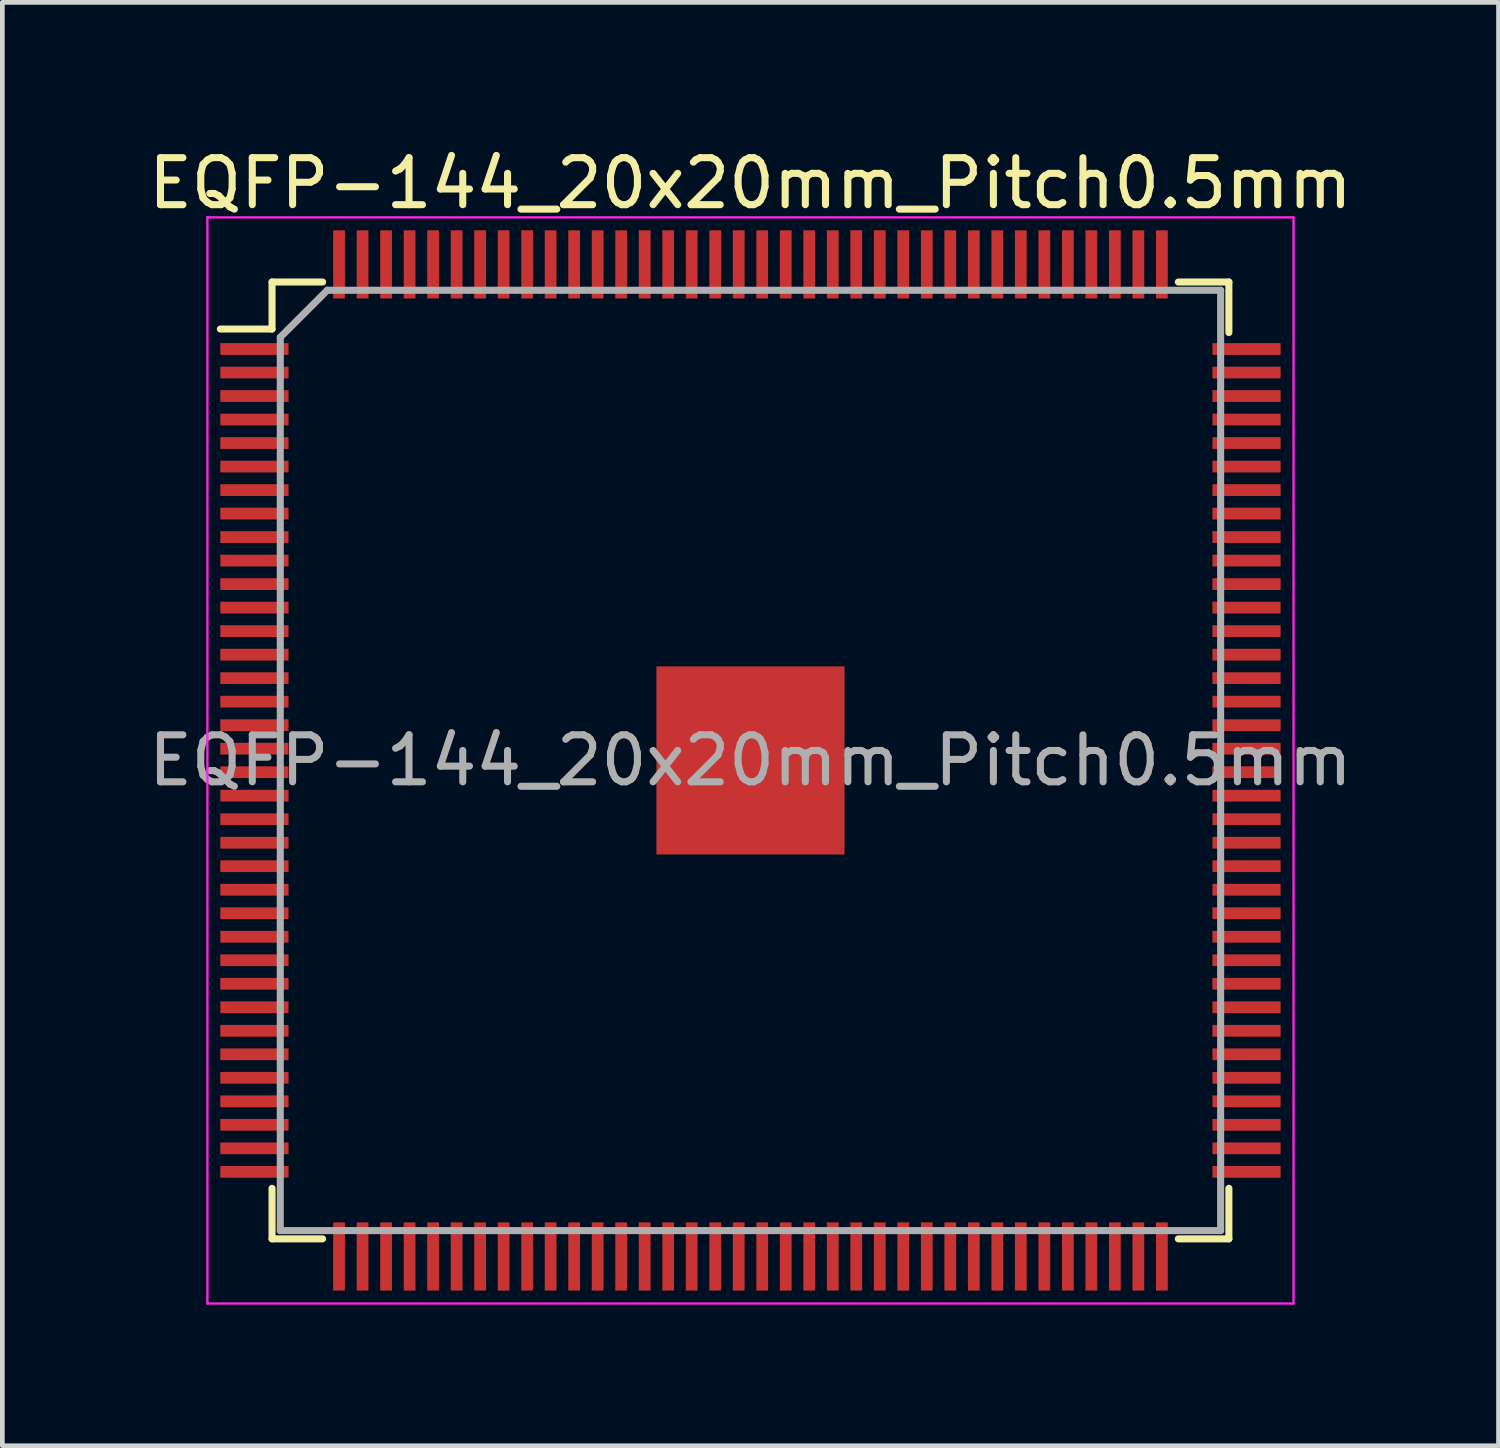
<source format=kicad_pcb>
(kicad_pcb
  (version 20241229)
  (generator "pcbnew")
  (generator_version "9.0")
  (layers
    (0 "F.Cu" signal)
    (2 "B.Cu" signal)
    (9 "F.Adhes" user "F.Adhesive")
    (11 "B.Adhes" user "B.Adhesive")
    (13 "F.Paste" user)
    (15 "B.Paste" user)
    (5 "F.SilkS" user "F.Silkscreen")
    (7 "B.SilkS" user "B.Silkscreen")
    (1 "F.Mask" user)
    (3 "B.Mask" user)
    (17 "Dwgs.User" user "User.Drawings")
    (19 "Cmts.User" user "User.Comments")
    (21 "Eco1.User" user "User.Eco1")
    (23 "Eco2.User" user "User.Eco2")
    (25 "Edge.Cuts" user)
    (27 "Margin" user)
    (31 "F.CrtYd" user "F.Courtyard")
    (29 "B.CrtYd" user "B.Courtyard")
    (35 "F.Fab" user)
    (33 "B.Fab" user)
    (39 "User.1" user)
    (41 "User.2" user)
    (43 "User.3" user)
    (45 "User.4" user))
  (footprint "EQFP-144_20x20mm_Pitch0.5mm"
    (layer "F.Cu")
    (at 12.911 13.123)
    (property "Reference" "EQFP-144_20x20mm_Pitch0.5mm" (at 0 -12.275 0) (layer "F.SilkS") (effects (font (size 1 1) (thickness 0.15))))
    (attr smd)
    (fp_line (start -10.175 -10.175) (end -10.175 -9.175) (stroke (width 0.15) (type solid)) (layer "F.SilkS"))
    (fp_line (start -10.175 -10.175) (end -9.1 -10.175) (stroke (width 0.15) (type solid)) (layer "F.SilkS"))
    (fp_line (start -10.175 -9.175) (end -11.275 -9.175) (stroke (width 0.15) (type solid)) (layer "F.SilkS"))
    (fp_line (start -10.175 10.175) (end -10.175 9.1) (stroke (width 0.15) (type solid)) (layer "F.SilkS"))
    (fp_line (start -10.175 10.175) (end -9.1 10.175) (stroke (width 0.15) (type solid)) (layer "F.SilkS"))
    (fp_line (start 10.175 -10.175) (end 9.1 -10.175) (stroke (width 0.15) (type solid)) (layer "F.SilkS"))
    (fp_line (start 10.175 -10.175) (end 10.175 -9.1) (stroke (width 0.15) (type solid)) (layer "F.SilkS"))
    (fp_line (start 10.175 10.175) (end 9.1 10.175) (stroke (width 0.15) (type solid)) (layer "F.SilkS"))
    (fp_line (start 10.175 10.175) (end 10.175 9.1) (stroke (width 0.15) (type solid)) (layer "F.SilkS"))
    (fp_line (start -11.55 -11.55) (end -11.55 11.55) (stroke (width 0.05) (type solid)) (layer "F.CrtYd"))
    (fp_line (start -11.55 -11.55) (end 11.55 -11.55) (stroke (width 0.05) (type solid)) (layer "F.CrtYd"))
    (fp_line (start -11.55 11.55) (end 11.55 11.55) (stroke (width 0.05) (type solid)) (layer "F.CrtYd"))
    (fp_line (start 11.55 -11.55) (end 11.55 11.55) (stroke (width 0.05) (type solid)) (layer "F.CrtYd"))
    (fp_line (start -10 -9) (end -9 -10) (stroke (width 0.15) (type solid)) (layer "F.Fab"))
    (fp_line (start -10 10) (end -10 -9) (stroke (width 0.15) (type solid)) (layer "F.Fab"))
    (fp_line (start -9 -10) (end 10 -10) (stroke (width 0.15) (type solid)) (layer "F.Fab"))
    (fp_line (start 10 -10) (end 10 10) (stroke (width 0.15) (type solid)) (layer "F.Fab"))
    (fp_line (start 10 10) (end -10 10) (stroke (width 0.15) (type solid)) (layer "F.Fab"))
    (fp_text user "${REFERENCE}" (at 0 0 0) (layer "F.Fab") (effects (font (size 1 1) (thickness 0.15))))
    (pad "1" smd rect (at -10.55 -8.75) (size 1.45 0.25) (layers "F.Cu" "F.Mask" "F.Paste"))
    (pad "2" smd rect (at -10.55 -8.25) (size 1.45 0.25) (layers "F.Cu" "F.Mask" "F.Paste"))
    (pad "3" smd rect (at -10.55 -7.75) (size 1.45 0.25) (layers "F.Cu" "F.Mask" "F.Paste"))
    (pad "4" smd rect (at -10.55 -7.25) (size 1.45 0.25) (layers "F.Cu" "F.Mask" "F.Paste"))
    (pad "5" smd rect (at -10.55 -6.75) (size 1.45 0.25) (layers "F.Cu" "F.Mask" "F.Paste"))
    (pad "6" smd rect (at -10.55 -6.25) (size 1.45 0.25) (layers "F.Cu" "F.Mask" "F.Paste"))
    (pad "7" smd rect (at -10.55 -5.75) (size 1.45 0.25) (layers "F.Cu" "F.Mask" "F.Paste"))
    (pad "8" smd rect (at -10.55 -5.25) (size 1.45 0.25) (layers "F.Cu" "F.Mask" "F.Paste"))
    (pad "9" smd rect (at -10.55 -4.75) (size 1.45 0.25) (layers "F.Cu" "F.Mask" "F.Paste"))
    (pad "10" smd rect (at -10.55 -4.25) (size 1.45 0.25) (layers "F.Cu" "F.Mask" "F.Paste"))
    (pad "11" smd rect (at -10.55 -3.75) (size 1.45 0.25) (layers "F.Cu" "F.Mask" "F.Paste"))
    (pad "12" smd rect (at -10.55 -3.25) (size 1.45 0.25) (layers "F.Cu" "F.Mask" "F.Paste"))
    (pad "13" smd rect (at -10.55 -2.75) (size 1.45 0.25) (layers "F.Cu" "F.Mask" "F.Paste"))
    (pad "14" smd rect (at -10.55 -2.25) (size 1.45 0.25) (layers "F.Cu" "F.Mask" "F.Paste"))
    (pad "15" smd rect (at -10.55 -1.75) (size 1.45 0.25) (layers "F.Cu" "F.Mask" "F.Paste"))
    (pad "16" smd rect (at -10.55 -1.25) (size 1.45 0.25) (layers "F.Cu" "F.Mask" "F.Paste"))
    (pad "17" smd rect (at -10.55 -0.75) (size 1.45 0.25) (layers "F.Cu" "F.Mask" "F.Paste"))
    (pad "18" smd rect (at -10.55 -0.25) (size 1.45 0.25) (layers "F.Cu" "F.Mask" "F.Paste"))
    (pad "19" smd rect (at -10.55 0.25) (size 1.45 0.25) (layers "F.Cu" "F.Mask" "F.Paste"))
    (pad "20" smd rect (at -10.55 0.75) (size 1.45 0.25) (layers "F.Cu" "F.Mask" "F.Paste"))
    (pad "21" smd rect (at -10.55 1.25) (size 1.45 0.25) (layers "F.Cu" "F.Mask" "F.Paste"))
    (pad "22" smd rect (at -10.55 1.75) (size 1.45 0.25) (layers "F.Cu" "F.Mask" "F.Paste"))
    (pad "23" smd rect (at -10.55 2.25) (size 1.45 0.25) (layers "F.Cu" "F.Mask" "F.Paste"))
    (pad "24" smd rect (at -10.55 2.75) (size 1.45 0.25) (layers "F.Cu" "F.Mask" "F.Paste"))
    (pad "25" smd rect (at -10.55 3.25) (size 1.45 0.25) (layers "F.Cu" "F.Mask" "F.Paste"))
    (pad "26" smd rect (at -10.55 3.75) (size 1.45 0.25) (layers "F.Cu" "F.Mask" "F.Paste"))
    (pad "27" smd rect (at -10.55 4.25) (size 1.45 0.25) (layers "F.Cu" "F.Mask" "F.Paste"))
    (pad "28" smd rect (at -10.55 4.75) (size 1.45 0.25) (layers "F.Cu" "F.Mask" "F.Paste"))
    (pad "29" smd rect (at -10.55 5.25) (size 1.45 0.25) (layers "F.Cu" "F.Mask" "F.Paste"))
    (pad "30" smd rect (at -10.55 5.75) (size 1.45 0.25) (layers "F.Cu" "F.Mask" "F.Paste"))
    (pad "31" smd rect (at -10.55 6.25) (size 1.45 0.25) (layers "F.Cu" "F.Mask" "F.Paste"))
    (pad "32" smd rect (at -10.55 6.75) (size 1.45 0.25) (layers "F.Cu" "F.Mask" "F.Paste"))
    (pad "33" smd rect (at -10.55 7.25) (size 1.45 0.25) (layers "F.Cu" "F.Mask" "F.Paste"))
    (pad "34" smd rect (at -10.55 7.75) (size 1.45 0.25) (layers "F.Cu" "F.Mask" "F.Paste"))
    (pad "35" smd rect (at -10.55 8.25) (size 1.45 0.25) (layers "F.Cu" "F.Mask" "F.Paste"))
    (pad "36" smd rect (at -10.55 8.75) (size 1.45 0.25) (layers "F.Cu" "F.Mask" "F.Paste"))
    (pad "37" smd rect (at -8.75 10.55 90) (size 1.45 0.25) (layers "F.Cu" "F.Mask" "F.Paste"))
    (pad "38" smd rect (at -8.25 10.55 90) (size 1.45 0.25) (layers "F.Cu" "F.Mask" "F.Paste"))
    (pad "39" smd rect (at -7.75 10.55 90) (size 1.45 0.25) (layers "F.Cu" "F.Mask" "F.Paste"))
    (pad "40" smd rect (at -7.25 10.55 90) (size 1.45 0.25) (layers "F.Cu" "F.Mask" "F.Paste"))
    (pad "41" smd rect (at -6.75 10.55 90) (size 1.45 0.25) (layers "F.Cu" "F.Mask" "F.Paste"))
    (pad "42" smd rect (at -6.25 10.55 90) (size 1.45 0.25) (layers "F.Cu" "F.Mask" "F.Paste"))
    (pad "43" smd rect (at -5.75 10.55 90) (size 1.45 0.25) (layers "F.Cu" "F.Mask" "F.Paste"))
    (pad "44" smd rect (at -5.25 10.55 90) (size 1.45 0.25) (layers "F.Cu" "F.Mask" "F.Paste"))
    (pad "45" smd rect (at -4.75 10.55 90) (size 1.45 0.25) (layers "F.Cu" "F.Mask" "F.Paste"))
    (pad "46" smd rect (at -4.25 10.55 90) (size 1.45 0.25) (layers "F.Cu" "F.Mask" "F.Paste"))
    (pad "47" smd rect (at -3.75 10.55 90) (size 1.45 0.25) (layers "F.Cu" "F.Mask" "F.Paste"))
    (pad "48" smd rect (at -3.25 10.55 90) (size 1.45 0.25) (layers "F.Cu" "F.Mask" "F.Paste"))
    (pad "49" smd rect (at -2.75 10.55 90) (size 1.45 0.25) (layers "F.Cu" "F.Mask" "F.Paste"))
    (pad "50" smd rect (at -2.25 10.55 90) (size 1.45 0.25) (layers "F.Cu" "F.Mask" "F.Paste"))
    (pad "51" smd rect (at -1.75 10.55 90) (size 1.45 0.25) (layers "F.Cu" "F.Mask" "F.Paste"))
    (pad "52" smd rect (at -1.25 10.55 90) (size 1.45 0.25) (layers "F.Cu" "F.Mask" "F.Paste"))
    (pad "53" smd rect (at -0.75 10.55 90) (size 1.45 0.25) (layers "F.Cu" "F.Mask" "F.Paste"))
    (pad "54" smd rect (at -0.25 10.55 90) (size 1.45 0.25) (layers "F.Cu" "F.Mask" "F.Paste"))
    (pad "55" smd rect (at 0.25 10.55 90) (size 1.45 0.25) (layers "F.Cu" "F.Mask" "F.Paste"))
    (pad "56" smd rect (at 0.75 10.55 90) (size 1.45 0.25) (layers "F.Cu" "F.Mask" "F.Paste"))
    (pad "57" smd rect (at 1.25 10.55 90) (size 1.45 0.25) (layers "F.Cu" "F.Mask" "F.Paste"))
    (pad "58" smd rect (at 1.75 10.55 90) (size 1.45 0.25) (layers "F.Cu" "F.Mask" "F.Paste"))
    (pad "59" smd rect (at 2.25 10.55 90) (size 1.45 0.25) (layers "F.Cu" "F.Mask" "F.Paste"))
    (pad "60" smd rect (at 2.75 10.55 90) (size 1.45 0.25) (layers "F.Cu" "F.Mask" "F.Paste"))
    (pad "61" smd rect (at 3.25 10.55 90) (size 1.45 0.25) (layers "F.Cu" "F.Mask" "F.Paste"))
    (pad "62" smd rect (at 3.75 10.55 90) (size 1.45 0.25) (layers "F.Cu" "F.Mask" "F.Paste"))
    (pad "63" smd rect (at 4.25 10.55 90) (size 1.45 0.25) (layers "F.Cu" "F.Mask" "F.Paste"))
    (pad "64" smd rect (at 4.75 10.55 90) (size 1.45 0.25) (layers "F.Cu" "F.Mask" "F.Paste"))
    (pad "65" smd rect (at 5.25 10.55 90) (size 1.45 0.25) (layers "F.Cu" "F.Mask" "F.Paste"))
    (pad "66" smd rect (at 5.75 10.55 90) (size 1.45 0.25) (layers "F.Cu" "F.Mask" "F.Paste"))
    (pad "67" smd rect (at 6.25 10.55 90) (size 1.45 0.25) (layers "F.Cu" "F.Mask" "F.Paste"))
    (pad "68" smd rect (at 6.75 10.55 90) (size 1.45 0.25) (layers "F.Cu" "F.Mask" "F.Paste"))
    (pad "69" smd rect (at 7.25 10.55 90) (size 1.45 0.25) (layers "F.Cu" "F.Mask" "F.Paste"))
    (pad "70" smd rect (at 7.75 10.55 90) (size 1.45 0.25) (layers "F.Cu" "F.Mask" "F.Paste"))
    (pad "71" smd rect (at 8.25 10.55 90) (size 1.45 0.25) (layers "F.Cu" "F.Mask" "F.Paste"))
    (pad "72" smd rect (at 8.75 10.55 90) (size 1.45 0.25) (layers "F.Cu" "F.Mask" "F.Paste"))
    (pad "73" smd rect (at 10.55 8.75) (size 1.45 0.25) (layers "F.Cu" "F.Mask" "F.Paste"))
    (pad "74" smd rect (at 10.55 8.25) (size 1.45 0.25) (layers "F.Cu" "F.Mask" "F.Paste"))
    (pad "75" smd rect (at 10.55 7.75) (size 1.45 0.25) (layers "F.Cu" "F.Mask" "F.Paste"))
    (pad "76" smd rect (at 10.55 7.25) (size 1.45 0.25) (layers "F.Cu" "F.Mask" "F.Paste"))
    (pad "77" smd rect (at 10.55 6.75) (size 1.45 0.25) (layers "F.Cu" "F.Mask" "F.Paste"))
    (pad "78" smd rect (at 10.55 6.25) (size 1.45 0.25) (layers "F.Cu" "F.Mask" "F.Paste"))
    (pad "79" smd rect (at 10.55 5.75) (size 1.45 0.25) (layers "F.Cu" "F.Mask" "F.Paste"))
    (pad "80" smd rect (at 10.55 5.25) (size 1.45 0.25) (layers "F.Cu" "F.Mask" "F.Paste"))
    (pad "81" smd rect (at 10.55 4.75) (size 1.45 0.25) (layers "F.Cu" "F.Mask" "F.Paste"))
    (pad "82" smd rect (at 10.55 4.25) (size 1.45 0.25) (layers "F.Cu" "F.Mask" "F.Paste"))
    (pad "83" smd rect (at 10.55 3.75) (size 1.45 0.25) (layers "F.Cu" "F.Mask" "F.Paste"))
    (pad "84" smd rect (at 10.55 3.25) (size 1.45 0.25) (layers "F.Cu" "F.Mask" "F.Paste"))
    (pad "85" smd rect (at 10.55 2.75) (size 1.45 0.25) (layers "F.Cu" "F.Mask" "F.Paste"))
    (pad "86" smd rect (at 10.55 2.25) (size 1.45 0.25) (layers "F.Cu" "F.Mask" "F.Paste"))
    (pad "87" smd rect (at 10.55 1.75) (size 1.45 0.25) (layers "F.Cu" "F.Mask" "F.Paste"))
    (pad "88" smd rect (at 10.55 1.25) (size 1.45 0.25) (layers "F.Cu" "F.Mask" "F.Paste"))
    (pad "89" smd rect (at 10.55 0.75) (size 1.45 0.25) (layers "F.Cu" "F.Mask" "F.Paste"))
    (pad "90" smd rect (at 10.55 0.25) (size 1.45 0.25) (layers "F.Cu" "F.Mask" "F.Paste"))
    (pad "91" smd rect (at 10.55 -0.25) (size 1.45 0.25) (layers "F.Cu" "F.Mask" "F.Paste"))
    (pad "92" smd rect (at 10.55 -0.75) (size 1.45 0.25) (layers "F.Cu" "F.Mask" "F.Paste"))
    (pad "93" smd rect (at 10.55 -1.25) (size 1.45 0.25) (layers "F.Cu" "F.Mask" "F.Paste"))
    (pad "94" smd rect (at 10.55 -1.75) (size 1.45 0.25) (layers "F.Cu" "F.Mask" "F.Paste"))
    (pad "95" smd rect (at 10.55 -2.25) (size 1.45 0.25) (layers "F.Cu" "F.Mask" "F.Paste"))
    (pad "96" smd rect (at 10.55 -2.75) (size 1.45 0.25) (layers "F.Cu" "F.Mask" "F.Paste"))
    (pad "97" smd rect (at 10.55 -3.25) (size 1.45 0.25) (layers "F.Cu" "F.Mask" "F.Paste"))
    (pad "98" smd rect (at 10.55 -3.75) (size 1.45 0.25) (layers "F.Cu" "F.Mask" "F.Paste"))
    (pad "99" smd rect (at 10.55 -4.25) (size 1.45 0.25) (layers "F.Cu" "F.Mask" "F.Paste"))
    (pad "100" smd rect (at 10.55 -4.75) (size 1.45 0.25) (layers "F.Cu" "F.Mask" "F.Paste"))
    (pad "101" smd rect (at 10.55 -5.25) (size 1.45 0.25) (layers "F.Cu" "F.Mask" "F.Paste"))
    (pad "102" smd rect (at 10.55 -5.75) (size 1.45 0.25) (layers "F.Cu" "F.Mask" "F.Paste"))
    (pad "103" smd rect (at 10.55 -6.25) (size 1.45 0.25) (layers "F.Cu" "F.Mask" "F.Paste"))
    (pad "104" smd rect (at 10.55 -6.75) (size 1.45 0.25) (layers "F.Cu" "F.Mask" "F.Paste"))
    (pad "105" smd rect (at 10.55 -7.25) (size 1.45 0.25) (layers "F.Cu" "F.Mask" "F.Paste"))
    (pad "106" smd rect (at 10.55 -7.75) (size 1.45 0.25) (layers "F.Cu" "F.Mask" "F.Paste"))
    (pad "107" smd rect (at 10.55 -8.25) (size 1.45 0.25) (layers "F.Cu" "F.Mask" "F.Paste"))
    (pad "108" smd rect (at 10.55 -8.75) (size 1.45 0.25) (layers "F.Cu" "F.Mask" "F.Paste"))
    (pad "109" smd rect (at 8.75 -10.55 90) (size 1.45 0.25) (layers "F.Cu" "F.Mask" "F.Paste"))
    (pad "110" smd rect (at 8.25 -10.55 90) (size 1.45 0.25) (layers "F.Cu" "F.Mask" "F.Paste"))
    (pad "111" smd rect (at 7.75 -10.55 90) (size 1.45 0.25) (layers "F.Cu" "F.Mask" "F.Paste"))
    (pad "112" smd rect (at 7.25 -10.55 90) (size 1.45 0.25) (layers "F.Cu" "F.Mask" "F.Paste"))
    (pad "113" smd rect (at 6.75 -10.55 90) (size 1.45 0.25) (layers "F.Cu" "F.Mask" "F.Paste"))
    (pad "114" smd rect (at 6.25 -10.55 90) (size 1.45 0.25) (layers "F.Cu" "F.Mask" "F.Paste"))
    (pad "115" smd rect (at 5.75 -10.55 90) (size 1.45 0.25) (layers "F.Cu" "F.Mask" "F.Paste"))
    (pad "116" smd rect (at 5.25 -10.55 90) (size 1.45 0.25) (layers "F.Cu" "F.Mask" "F.Paste"))
    (pad "117" smd rect (at 4.75 -10.55 90) (size 1.45 0.25) (layers "F.Cu" "F.Mask" "F.Paste"))
    (pad "118" smd rect (at 4.25 -10.55 90) (size 1.45 0.25) (layers "F.Cu" "F.Mask" "F.Paste"))
    (pad "119" smd rect (at 3.75 -10.55 90) (size 1.45 0.25) (layers "F.Cu" "F.Mask" "F.Paste"))
    (pad "120" smd rect (at 3.25 -10.55 90) (size 1.45 0.25) (layers "F.Cu" "F.Mask" "F.Paste"))
    (pad "121" smd rect (at 2.75 -10.55 90) (size 1.45 0.25) (layers "F.Cu" "F.Mask" "F.Paste"))
    (pad "122" smd rect (at 2.25 -10.55 90) (size 1.45 0.25) (layers "F.Cu" "F.Mask" "F.Paste"))
    (pad "123" smd rect (at 1.75 -10.55 90) (size 1.45 0.25) (layers "F.Cu" "F.Mask" "F.Paste"))
    (pad "124" smd rect (at 1.25 -10.55 90) (size 1.45 0.25) (layers "F.Cu" "F.Mask" "F.Paste"))
    (pad "125" smd rect (at 0.75 -10.55 90) (size 1.45 0.25) (layers "F.Cu" "F.Mask" "F.Paste"))
    (pad "126" smd rect (at 0.25 -10.55 90) (size 1.45 0.25) (layers "F.Cu" "F.Mask" "F.Paste"))
    (pad "127" smd rect (at -0.25 -10.55 90) (size 1.45 0.25) (layers "F.Cu" "F.Mask" "F.Paste"))
    (pad "128" smd rect (at -0.75 -10.55 90) (size 1.45 0.25) (layers "F.Cu" "F.Mask" "F.Paste"))
    (pad "129" smd rect (at -1.25 -10.55 90) (size 1.45 0.25) (layers "F.Cu" "F.Mask" "F.Paste"))
    (pad "130" smd rect (at -1.75 -10.55 90) (size 1.45 0.25) (layers "F.Cu" "F.Mask" "F.Paste"))
    (pad "131" smd rect (at -2.25 -10.55 90) (size 1.45 0.25) (layers "F.Cu" "F.Mask" "F.Paste"))
    (pad "132" smd rect (at -2.75 -10.55 90) (size 1.45 0.25) (layers "F.Cu" "F.Mask" "F.Paste"))
    (pad "133" smd rect (at -3.25 -10.55 90) (size 1.45 0.25) (layers "F.Cu" "F.Mask" "F.Paste"))
    (pad "134" smd rect (at -3.75 -10.55 90) (size 1.45 0.25) (layers "F.Cu" "F.Mask" "F.Paste"))
    (pad "135" smd rect (at -4.25 -10.55 90) (size 1.45 0.25) (layers "F.Cu" "F.Mask" "F.Paste"))
    (pad "136" smd rect (at -4.75 -10.55 90) (size 1.45 0.25) (layers "F.Cu" "F.Mask" "F.Paste"))
    (pad "137" smd rect (at -5.25 -10.55 90) (size 1.45 0.25) (layers "F.Cu" "F.Mask" "F.Paste"))
    (pad "138" smd rect (at -5.75 -10.55 90) (size 1.45 0.25) (layers "F.Cu" "F.Mask" "F.Paste"))
    (pad "139" smd rect (at -6.25 -10.55 90) (size 1.45 0.25) (layers "F.Cu" "F.Mask" "F.Paste"))
    (pad "140" smd rect (at -6.75 -10.55 90) (size 1.45 0.25) (layers "F.Cu" "F.Mask" "F.Paste"))
    (pad "141" smd rect (at -7.25 -10.55 90) (size 1.45 0.25) (layers "F.Cu" "F.Mask" "F.Paste"))
    (pad "142" smd rect (at -7.75 -10.55 90) (size 1.45 0.25) (layers "F.Cu" "F.Mask" "F.Paste"))
    (pad "143" smd rect (at -8.25 -10.55 90) (size 1.45 0.25) (layers "F.Cu" "F.Mask" "F.Paste"))
    (pad "144" smd rect (at -8.75 -10.55 90) (size 1.45 0.25) (layers "F.Cu" "F.Mask" "F.Paste"))
    (pad "EP" smd rect (at 0 0) (size 4 4) (layers "F.Cu" "F.Mask" "F.Paste")))
  (gr_rect
    (start -3 -3)
    (end 28.821 27.698)
    (stroke (width 0.1) (type default))
    (fill no)
    (layer "Edge.Cuts")))
</source>
